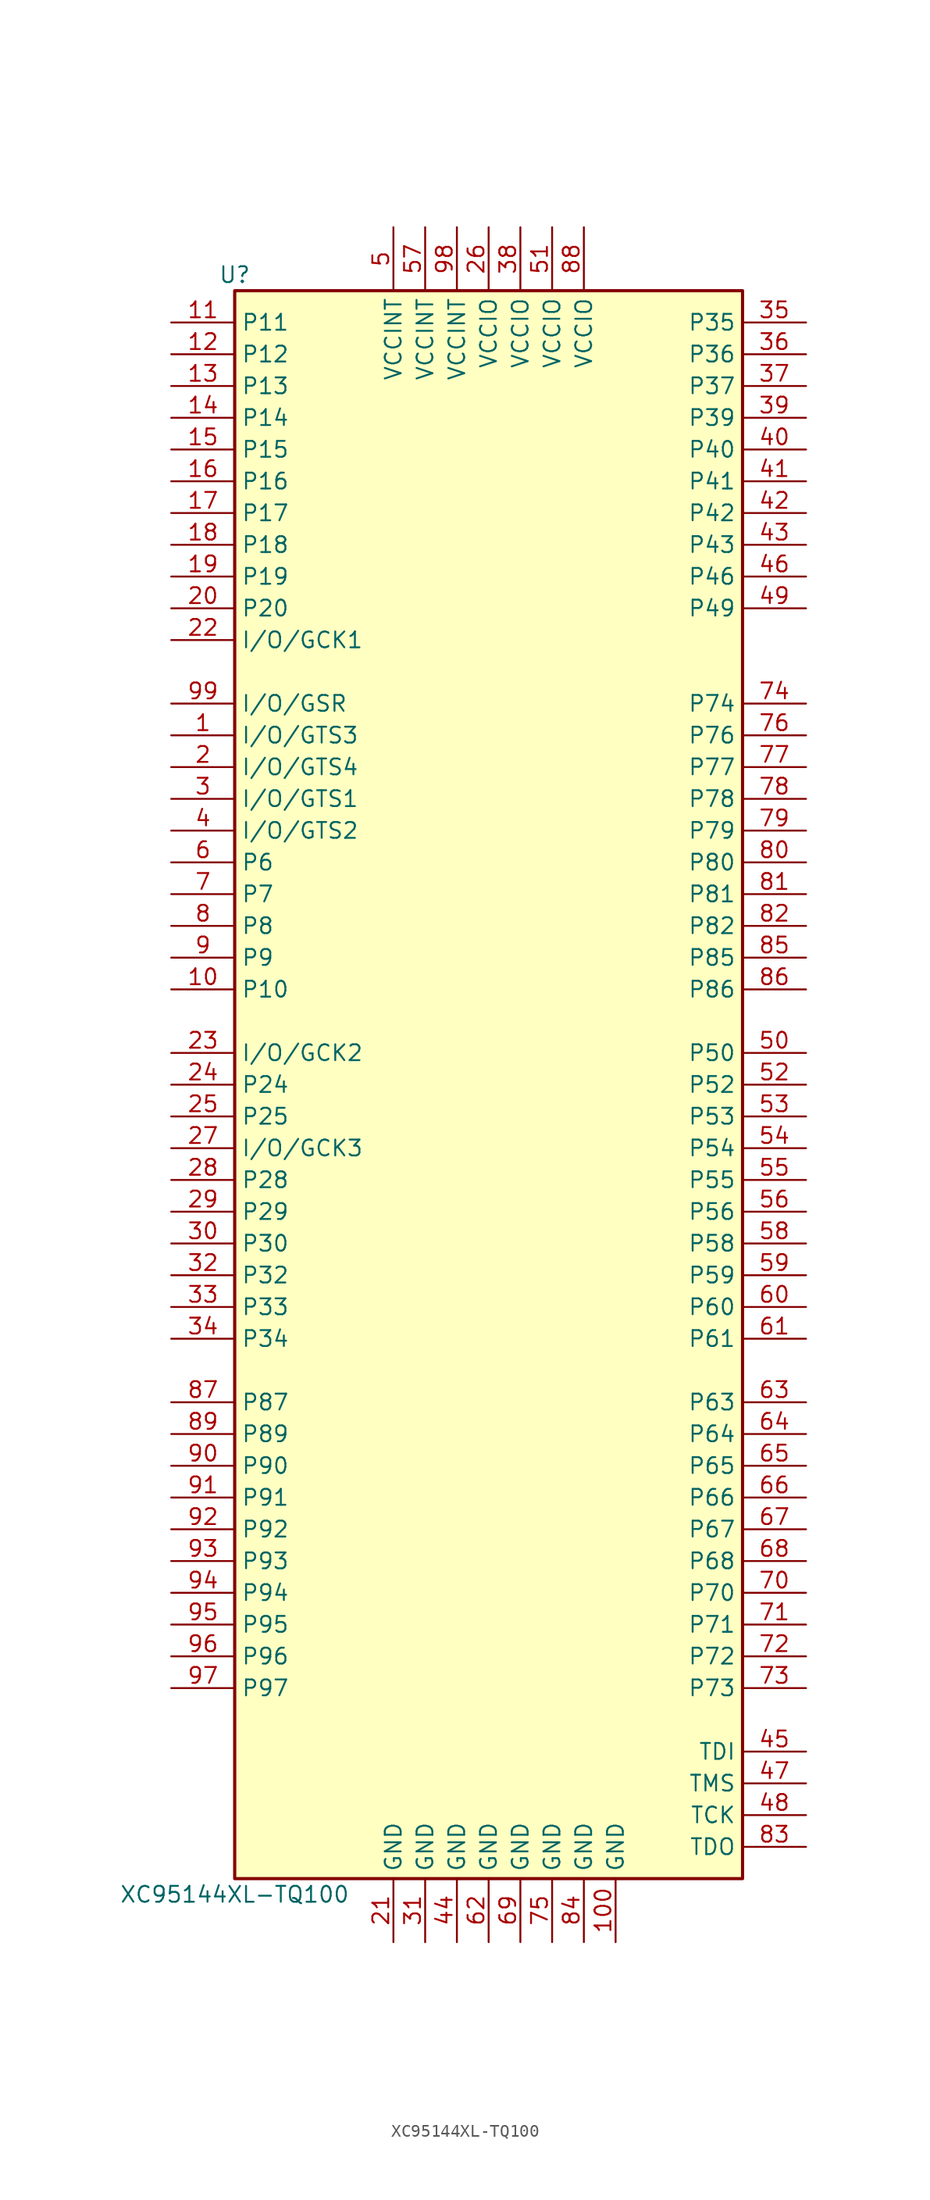
<source format=kicad_sym>
(kicad_symbol_lib
  (version 20201005)
  (generator kicad_symbol_editor)
  (symbol "XC95144XL-TQ100"
    (property "Reference" "U"
      (at -20.32 64.77 0)
      (effects (font (size 1.27 1.27))))
    (property "Value" "XC95144XL-TQ100"
      (at -20.32 -64.77 0)
      (effects (font (size 1.27 1.27))))
    (symbol "XC95144XL-TQ100_1_1"
      (rectangle (start -20.32 63.5) (end 20.32 -63.5) (stroke (width 0.254)) (fill (type background)))
      (pin bidirectional line (at -25.4 27.94 0) (length 5.08) (name "I/O/GTS3" (effects (font (size 1.27 1.27)))) (number "1" (effects (font (size 1.27 1.27)))))
      (pin bidirectional line (at -25.4 7.62 0) (length 5.08) (name "P10" (effects (font (size 1.27 1.27)))) (number "10" (effects (font (size 1.27 1.27)))))
      (pin power_in line (at 10.16 -68.58 90) (length 5.08) (name "GND" (effects (font (size 1.27 1.27)))) (number "100" (effects (font (size 1.27 1.27)))))
      (pin bidirectional line (at -25.4 60.96 0) (length 5.08) (name "P11" (effects (font (size 1.27 1.27)))) (number "11" (effects (font (size 1.27 1.27)))))
      (pin bidirectional line (at -25.4 58.42 0) (length 5.08) (name "P12" (effects (font (size 1.27 1.27)))) (number "12" (effects (font (size 1.27 1.27)))))
      (pin bidirectional line (at -25.4 55.88 0) (length 5.08) (name "P13" (effects (font (size 1.27 1.27)))) (number "13" (effects (font (size 1.27 1.27)))))
      (pin bidirectional line (at -25.4 53.34 0) (length 5.08) (name "P14" (effects (font (size 1.27 1.27)))) (number "14" (effects (font (size 1.27 1.27)))))
      (pin bidirectional line (at -25.4 50.8 0) (length 5.08) (name "P15" (effects (font (size 1.27 1.27)))) (number "15" (effects (font (size 1.27 1.27)))))
      (pin bidirectional line (at -25.4 48.26 0) (length 5.08) (name "P16" (effects (font (size 1.27 1.27)))) (number "16" (effects (font (size 1.27 1.27)))))
      (pin bidirectional line (at -25.4 45.72 0) (length 5.08) (name "P17" (effects (font (size 1.27 1.27)))) (number "17" (effects (font (size 1.27 1.27)))))
      (pin bidirectional line (at -25.4 43.18 0) (length 5.08) (name "P18" (effects (font (size 1.27 1.27)))) (number "18" (effects (font (size 1.27 1.27)))))
      (pin bidirectional line (at -25.4 40.64 0) (length 5.08) (name "P19" (effects (font (size 1.27 1.27)))) (number "19" (effects (font (size 1.27 1.27)))))
      (pin bidirectional line (at -25.4 25.4 0) (length 5.08) (name "I/O/GTS4" (effects (font (size 1.27 1.27)))) (number "2" (effects (font (size 1.27 1.27)))))
      (pin bidirectional line (at -25.4 38.1 0) (length 5.08) (name "P20" (effects (font (size 1.27 1.27)))) (number "20" (effects (font (size 1.27 1.27)))))
      (pin power_in line (at -7.62 -68.58 90) (length 5.08) (name "GND" (effects (font (size 1.27 1.27)))) (number "21" (effects (font (size 1.27 1.27)))))
      (pin bidirectional line (at -25.4 35.56 0) (length 5.08) (name "I/O/GCK1" (effects (font (size 1.27 1.27)))) (number "22" (effects (font (size 1.27 1.27)))))
      (pin bidirectional line (at -25.4 2.54 0) (length 5.08) (name "I/O/GCK2" (effects (font (size 1.27 1.27)))) (number "23" (effects (font (size 1.27 1.27)))))
      (pin bidirectional line (at -25.4 0 0) (length 5.08) (name "P24" (effects (font (size 1.27 1.27)))) (number "24" (effects (font (size 1.27 1.27)))))
      (pin bidirectional line (at -25.4 -2.54 0) (length 5.08) (name "P25" (effects (font (size 1.27 1.27)))) (number "25" (effects (font (size 1.27 1.27)))))
      (pin power_in line (at 0 68.58 270) (length 5.08) (name "VCCIO" (effects (font (size 1.27 1.27)))) (number "26" (effects (font (size 1.27 1.27)))))
      (pin bidirectional line (at -25.4 -5.08 0) (length 5.08) (name "I/O/GCK3" (effects (font (size 1.27 1.27)))) (number "27" (effects (font (size 1.27 1.27)))))
      (pin bidirectional line (at -25.4 -7.62 0) (length 5.08) (name "P28" (effects (font (size 1.27 1.27)))) (number "28" (effects (font (size 1.27 1.27)))))
      (pin bidirectional line (at -25.4 -10.16 0) (length 5.08) (name "P29" (effects (font (size 1.27 1.27)))) (number "29" (effects (font (size 1.27 1.27)))))
      (pin bidirectional line (at -25.4 22.86 0) (length 5.08) (name "I/O/GTS1" (effects (font (size 1.27 1.27)))) (number "3" (effects (font (size 1.27 1.27)))))
      (pin bidirectional line (at -25.4 -12.7 0) (length 5.08) (name "P30" (effects (font (size 1.27 1.27)))) (number "30" (effects (font (size 1.27 1.27)))))
      (pin power_in line (at -5.08 -68.58 90) (length 5.08) (name "GND" (effects (font (size 1.27 1.27)))) (number "31" (effects (font (size 1.27 1.27)))))
      (pin bidirectional line (at -25.4 -15.24 0) (length 5.08) (name "P32" (effects (font (size 1.27 1.27)))) (number "32" (effects (font (size 1.27 1.27)))))
      (pin bidirectional line (at -25.4 -17.78 0) (length 5.08) (name "P33" (effects (font (size 1.27 1.27)))) (number "33" (effects (font (size 1.27 1.27)))))
      (pin bidirectional line (at -25.4 -20.32 0) (length 5.08) (name "P34" (effects (font (size 1.27 1.27)))) (number "34" (effects (font (size 1.27 1.27)))))
      (pin bidirectional line (at 25.4 60.96 180) (length 5.08) (name "P35" (effects (font (size 1.27 1.27)))) (number "35" (effects (font (size 1.27 1.27)))))
      (pin bidirectional line (at 25.4 58.42 180) (length 5.08) (name "P36" (effects (font (size 1.27 1.27)))) (number "36" (effects (font (size 1.27 1.27)))))
      (pin bidirectional line (at 25.4 55.88 180) (length 5.08) (name "P37" (effects (font (size 1.27 1.27)))) (number "37" (effects (font (size 1.27 1.27)))))
      (pin power_in line (at 2.54 68.58 270) (length 5.08) (name "VCCIO" (effects (font (size 1.27 1.27)))) (number "38" (effects (font (size 1.27 1.27)))))
      (pin bidirectional line (at 25.4 53.34 180) (length 5.08) (name "P39" (effects (font (size 1.27 1.27)))) (number "39" (effects (font (size 1.27 1.27)))))
      (pin bidirectional line (at -25.4 20.32 0) (length 5.08) (name "I/O/GTS2" (effects (font (size 1.27 1.27)))) (number "4" (effects (font (size 1.27 1.27)))))
      (pin bidirectional line (at 25.4 50.8 180) (length 5.08) (name "P40" (effects (font (size 1.27 1.27)))) (number "40" (effects (font (size 1.27 1.27)))))
      (pin bidirectional line (at 25.4 48.26 180) (length 5.08) (name "P41" (effects (font (size 1.27 1.27)))) (number "41" (effects (font (size 1.27 1.27)))))
      (pin bidirectional line (at 25.4 45.72 180) (length 5.08) (name "P42" (effects (font (size 1.27 1.27)))) (number "42" (effects (font (size 1.27 1.27)))))
      (pin bidirectional line (at 25.4 43.18 180) (length 5.08) (name "P43" (effects (font (size 1.27 1.27)))) (number "43" (effects (font (size 1.27 1.27)))))
      (pin power_in line (at -2.54 -68.58 90) (length 5.08) (name "GND" (effects (font (size 1.27 1.27)))) (number "44" (effects (font (size 1.27 1.27)))))
      (pin input line (at 25.4 -53.34 180) (length 5.08) (name "TDI" (effects (font (size 1.27 1.27)))) (number "45" (effects (font (size 1.27 1.27)))))
      (pin bidirectional line (at 25.4 40.64 180) (length 5.08) (name "P46" (effects (font (size 1.27 1.27)))) (number "46" (effects (font (size 1.27 1.27)))))
      (pin input line (at 25.4 -55.88 180) (length 5.08) (name "TMS" (effects (font (size 1.27 1.27)))) (number "47" (effects (font (size 1.27 1.27)))))
      (pin input line (at 25.4 -58.42 180) (length 5.08) (name "TCK" (effects (font (size 1.27 1.27)))) (number "48" (effects (font (size 1.27 1.27)))))
      (pin bidirectional line (at 25.4 38.1 180) (length 5.08) (name "P49" (effects (font (size 1.27 1.27)))) (number "49" (effects (font (size 1.27 1.27)))))
      (pin power_in line (at -7.62 68.58 270) (length 5.08) (name "VCCINT" (effects (font (size 1.27 1.27)))) (number "5" (effects (font (size 1.27 1.27)))))
      (pin bidirectional line (at 25.4 2.54 180) (length 5.08) (name "P50" (effects (font (size 1.27 1.27)))) (number "50" (effects (font (size 1.27 1.27)))))
      (pin power_in line (at 5.08 68.58 270) (length 5.08) (name "VCCIO" (effects (font (size 1.27 1.27)))) (number "51" (effects (font (size 1.27 1.27)))))
      (pin bidirectional line (at 25.4 0 180) (length 5.08) (name "P52" (effects (font (size 1.27 1.27)))) (number "52" (effects (font (size 1.27 1.27)))))
      (pin bidirectional line (at 25.4 -2.54 180) (length 5.08) (name "P53" (effects (font (size 1.27 1.27)))) (number "53" (effects (font (size 1.27 1.27)))))
      (pin bidirectional line (at 25.4 -5.08 180) (length 5.08) (name "P54" (effects (font (size 1.27 1.27)))) (number "54" (effects (font (size 1.27 1.27)))))
      (pin bidirectional line (at 25.4 -7.62 180) (length 5.08) (name "P55" (effects (font (size 1.27 1.27)))) (number "55" (effects (font (size 1.27 1.27)))))
      (pin bidirectional line (at 25.4 -10.16 180) (length 5.08) (name "P56" (effects (font (size 1.27 1.27)))) (number "56" (effects (font (size 1.27 1.27)))))
      (pin power_in line (at -5.08 68.58 270) (length 5.08) (name "VCCINT" (effects (font (size 1.27 1.27)))) (number "57" (effects (font (size 1.27 1.27)))))
      (pin bidirectional line (at 25.4 -12.7 180) (length 5.08) (name "P58" (effects (font (size 1.27 1.27)))) (number "58" (effects (font (size 1.27 1.27)))))
      (pin bidirectional line (at 25.4 -15.24 180) (length 5.08) (name "P59" (effects (font (size 1.27 1.27)))) (number "59" (effects (font (size 1.27 1.27)))))
      (pin bidirectional line (at -25.4 17.78 0) (length 5.08) (name "P6" (effects (font (size 1.27 1.27)))) (number "6" (effects (font (size 1.27 1.27)))))
      (pin bidirectional line (at 25.4 -17.78 180) (length 5.08) (name "P60" (effects (font (size 1.27 1.27)))) (number "60" (effects (font (size 1.27 1.27)))))
      (pin bidirectional line (at 25.4 -20.32 180) (length 5.08) (name "P61" (effects (font (size 1.27 1.27)))) (number "61" (effects (font (size 1.27 1.27)))))
      (pin power_in line (at 0 -68.58 90) (length 5.08) (name "GND" (effects (font (size 1.27 1.27)))) (number "62" (effects (font (size 1.27 1.27)))))
      (pin bidirectional line (at 25.4 -25.4 180) (length 5.08) (name "P63" (effects (font (size 1.27 1.27)))) (number "63" (effects (font (size 1.27 1.27)))))
      (pin bidirectional line (at 25.4 -27.94 180) (length 5.08) (name "P64" (effects (font (size 1.27 1.27)))) (number "64" (effects (font (size 1.27 1.27)))))
      (pin bidirectional line (at 25.4 -30.48 180) (length 5.08) (name "P65" (effects (font (size 1.27 1.27)))) (number "65" (effects (font (size 1.27 1.27)))))
      (pin bidirectional line (at 25.4 -33.02 180) (length 5.08) (name "P66" (effects (font (size 1.27 1.27)))) (number "66" (effects (font (size 1.27 1.27)))))
      (pin bidirectional line (at 25.4 -35.56 180) (length 5.08) (name "P67" (effects (font (size 1.27 1.27)))) (number "67" (effects (font (size 1.27 1.27)))))
      (pin bidirectional line (at 25.4 -38.1 180) (length 5.08) (name "P68" (effects (font (size 1.27 1.27)))) (number "68" (effects (font (size 1.27 1.27)))))
      (pin power_in line (at 2.54 -68.58 90) (length 5.08) (name "GND" (effects (font (size 1.27 1.27)))) (number "69" (effects (font (size 1.27 1.27)))))
      (pin bidirectional line (at -25.4 15.24 0) (length 5.08) (name "P7" (effects (font (size 1.27 1.27)))) (number "7" (effects (font (size 1.27 1.27)))))
      (pin bidirectional line (at 25.4 -40.64 180) (length 5.08) (name "P70" (effects (font (size 1.27 1.27)))) (number "70" (effects (font (size 1.27 1.27)))))
      (pin bidirectional line (at 25.4 -43.18 180) (length 5.08) (name "P71" (effects (font (size 1.27 1.27)))) (number "71" (effects (font (size 1.27 1.27)))))
      (pin bidirectional line (at 25.4 -45.72 180) (length 5.08) (name "P72" (effects (font (size 1.27 1.27)))) (number "72" (effects (font (size 1.27 1.27)))))
      (pin bidirectional line (at 25.4 -48.26 180) (length 5.08) (name "P73" (effects (font (size 1.27 1.27)))) (number "73" (effects (font (size 1.27 1.27)))))
      (pin bidirectional line (at 25.4 30.48 180) (length 5.08) (name "P74" (effects (font (size 1.27 1.27)))) (number "74" (effects (font (size 1.27 1.27)))))
      (pin power_in line (at 5.08 -68.58 90) (length 5.08) (name "GND" (effects (font (size 1.27 1.27)))) (number "75" (effects (font (size 1.27 1.27)))))
      (pin bidirectional line (at 25.4 27.94 180) (length 5.08) (name "P76" (effects (font (size 1.27 1.27)))) (number "76" (effects (font (size 1.27 1.27)))))
      (pin bidirectional line (at 25.4 25.4 180) (length 5.08) (name "P77" (effects (font (size 1.27 1.27)))) (number "77" (effects (font (size 1.27 1.27)))))
      (pin bidirectional line (at 25.4 22.86 180) (length 5.08) (name "P78" (effects (font (size 1.27 1.27)))) (number "78" (effects (font (size 1.27 1.27)))))
      (pin bidirectional line (at 25.4 20.32 180) (length 5.08) (name "P79" (effects (font (size 1.27 1.27)))) (number "79" (effects (font (size 1.27 1.27)))))
      (pin bidirectional line (at -25.4 12.7 0) (length 5.08) (name "P8" (effects (font (size 1.27 1.27)))) (number "8" (effects (font (size 1.27 1.27)))))
      (pin bidirectional line (at 25.4 17.78 180) (length 5.08) (name "P80" (effects (font (size 1.27 1.27)))) (number "80" (effects (font (size 1.27 1.27)))))
      (pin bidirectional line (at 25.4 15.24 180) (length 5.08) (name "P81" (effects (font (size 1.27 1.27)))) (number "81" (effects (font (size 1.27 1.27)))))
      (pin bidirectional line (at 25.4 12.7 180) (length 5.08) (name "P82" (effects (font (size 1.27 1.27)))) (number "82" (effects (font (size 1.27 1.27)))))
      (pin output line (at 25.4 -60.96 180) (length 5.08) (name "TDO" (effects (font (size 1.27 1.27)))) (number "83" (effects (font (size 1.27 1.27)))))
      (pin power_in line (at 7.62 -68.58 90) (length 5.08) (name "GND" (effects (font (size 1.27 1.27)))) (number "84" (effects (font (size 1.27 1.27)))))
      (pin bidirectional line (at 25.4 10.16 180) (length 5.08) (name "P85" (effects (font (size 1.27 1.27)))) (number "85" (effects (font (size 1.27 1.27)))))
      (pin bidirectional line (at 25.4 7.62 180) (length 5.08) (name "P86" (effects (font (size 1.27 1.27)))) (number "86" (effects (font (size 1.27 1.27)))))
      (pin bidirectional line (at -25.4 -25.4 0) (length 5.08) (name "P87" (effects (font (size 1.27 1.27)))) (number "87" (effects (font (size 1.27 1.27)))))
      (pin power_in line (at 7.62 68.58 270) (length 5.08) (name "VCCIO" (effects (font (size 1.27 1.27)))) (number "88" (effects (font (size 1.27 1.27)))))
      (pin bidirectional line (at -25.4 -27.94 0) (length 5.08) (name "P89" (effects (font (size 1.27 1.27)))) (number "89" (effects (font (size 1.27 1.27)))))
      (pin bidirectional line (at -25.4 10.16 0) (length 5.08) (name "P9" (effects (font (size 1.27 1.27)))) (number "9" (effects (font (size 1.27 1.27)))))
      (pin bidirectional line (at -25.4 -30.48 0) (length 5.08) (name "P90" (effects (font (size 1.27 1.27)))) (number "90" (effects (font (size 1.27 1.27)))))
      (pin bidirectional line (at -25.4 -33.02 0) (length 5.08) (name "P91" (effects (font (size 1.27 1.27)))) (number "91" (effects (font (size 1.27 1.27)))))
      (pin bidirectional line (at -25.4 -35.56 0) (length 5.08) (name "P92" (effects (font (size 1.27 1.27)))) (number "92" (effects (font (size 1.27 1.27)))))
      (pin bidirectional line (at -25.4 -38.1 0) (length 5.08) (name "P93" (effects (font (size 1.27 1.27)))) (number "93" (effects (font (size 1.27 1.27)))))
      (pin bidirectional line (at -25.4 -40.64 0) (length 5.08) (name "P94" (effects (font (size 1.27 1.27)))) (number "94" (effects (font (size 1.27 1.27)))))
      (pin bidirectional line (at -25.4 -43.18 0) (length 5.08) (name "P95" (effects (font (size 1.27 1.27)))) (number "95" (effects (font (size 1.27 1.27)))))
      (pin bidirectional line (at -25.4 -45.72 0) (length 5.08) (name "P96" (effects (font (size 1.27 1.27)))) (number "96" (effects (font (size 1.27 1.27)))))
      (pin bidirectional line (at -25.4 -48.26 0) (length 5.08) (name "P97" (effects (font (size 1.27 1.27)))) (number "97" (effects (font (size 1.27 1.27)))))
      (pin power_in line (at -2.54 68.58 270) (length 5.08) (name "VCCINT" (effects (font (size 1.27 1.27)))) (number "98" (effects (font (size 1.27 1.27)))))
      (pin bidirectional line (at -25.4 30.48 0) (length 5.08) (name "I/O/GSR" (effects (font (size 1.27 1.27)))) (number "99" (effects (font (size 1.27 1.27))))))))
</source>
